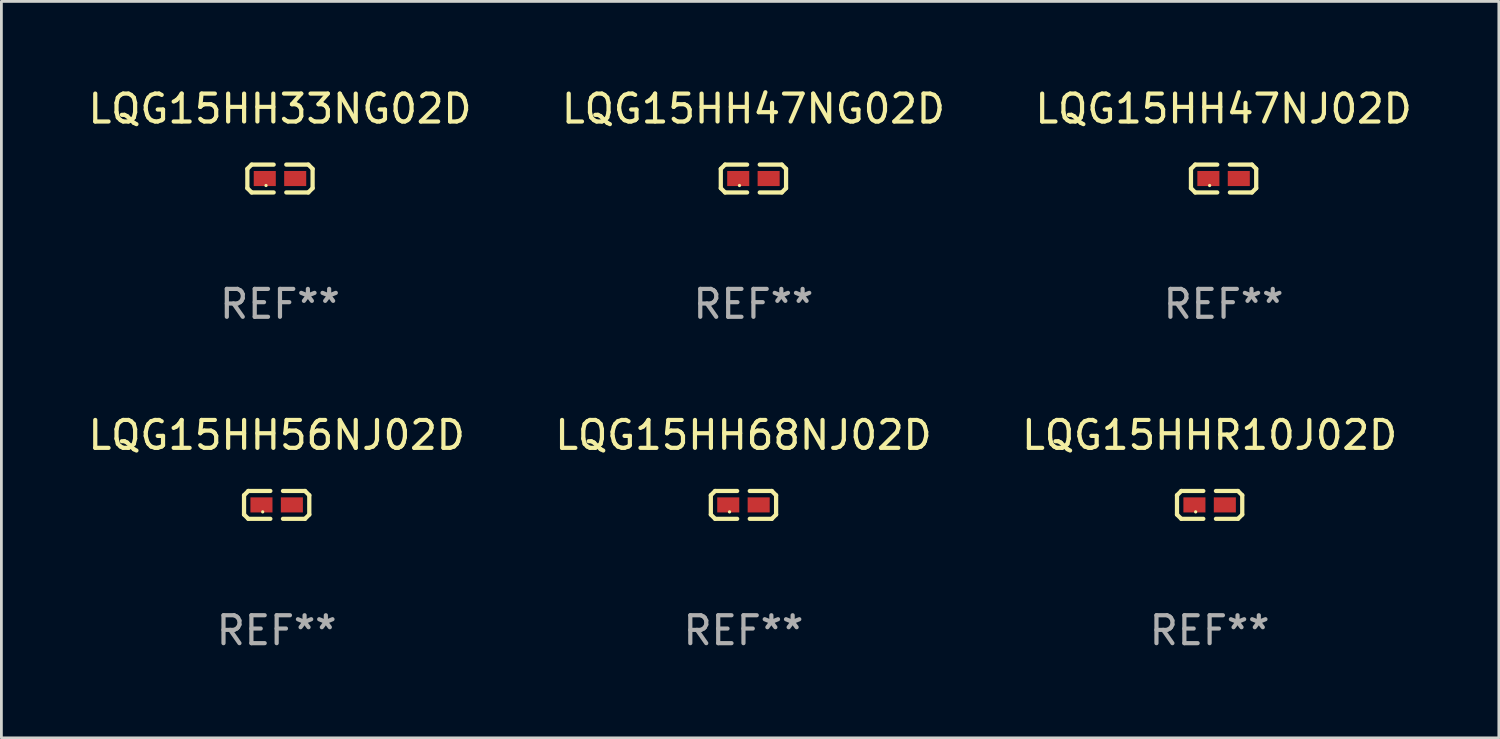
<source format=kicad_pcb>
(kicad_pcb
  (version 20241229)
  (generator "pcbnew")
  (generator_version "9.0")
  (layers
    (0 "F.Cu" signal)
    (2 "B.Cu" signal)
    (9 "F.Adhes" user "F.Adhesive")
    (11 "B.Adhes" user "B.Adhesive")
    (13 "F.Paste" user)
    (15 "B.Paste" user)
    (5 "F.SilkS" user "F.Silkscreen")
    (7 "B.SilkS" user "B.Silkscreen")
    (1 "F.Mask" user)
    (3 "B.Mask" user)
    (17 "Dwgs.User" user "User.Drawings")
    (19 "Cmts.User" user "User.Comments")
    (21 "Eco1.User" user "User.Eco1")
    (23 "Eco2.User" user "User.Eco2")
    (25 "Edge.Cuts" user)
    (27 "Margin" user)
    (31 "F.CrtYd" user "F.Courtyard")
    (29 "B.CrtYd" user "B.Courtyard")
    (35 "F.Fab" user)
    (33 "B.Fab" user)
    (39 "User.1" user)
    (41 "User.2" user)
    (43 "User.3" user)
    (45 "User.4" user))
  (footprint "LQG15HH47NG02D"
    (layer "F.Cu")
    (at 23.946 3.347)
    (property "Reference" "LQG15HH47NG02D" (at 0 -2.499 0) (layer "F.SilkS") (effects (font (size 1 1) (thickness 0.15))))
    (attr through_hole)
    (fp_line (start -1.169 -0.346) (end -1.016 -0.499) (stroke (width 0.152) (type solid)) (layer "F.SilkS"))
    (fp_line (start -1.169 0.346) (end -1.169 -0.346) (stroke (width 0.152) (type solid)) (layer "F.SilkS"))
    (fp_line (start -1.016 -0.499) (end -0.226 -0.499) (stroke (width 0.152) (type solid)) (layer "F.SilkS"))
    (fp_line (start -1.016 0.499) (end -1.169 0.346) (stroke (width 0.152) (type solid)) (layer "F.SilkS"))
    (fp_line (start -0.226 0.499) (end -1.016 0.499) (stroke (width 0.152) (type solid)) (layer "F.SilkS"))
    (fp_line (start 0.226 0.499) (end 1.016 0.499) (stroke (width 0.152) (type solid)) (layer "F.SilkS"))
    (fp_line (start 1.016 -0.499) (end 0.226 -0.499) (stroke (width 0.152) (type solid)) (layer "F.SilkS"))
    (fp_line (start 1.016 0.499) (end 1.169 0.346) (stroke (width 0.152) (type solid)) (layer "F.SilkS"))
    (fp_line (start 1.169 -0.346) (end 1.016 -0.499) (stroke (width 0.152) (type solid)) (layer "F.SilkS"))
    (fp_line (start 1.169 0.346) (end 1.169 -0.346) (stroke (width 0.152) (type solid)) (layer "F.SilkS"))
    (fp_circle (center -0.5 0.25) (end -0.47 0.25) (stroke (width 0.06) (type solid)) (fill no) (layer "F.SilkS"))
    (fp_text user "REF**" (at 0 4.499 0) (layer "F.Fab") (effects (font (size 1 1) (thickness 0.15))))
    (pad "1" smd rect (at -0.545 0) (size 0.79 0.54) (layers "F.Cu" "F.Mask" "F.Paste"))
    (pad "2" smd rect (at 0.545 0) (size 0.79 0.54) (layers "F.Cu" "F.Mask" "F.Paste")))
  (footprint "LQG15HH33NG02D"
    (layer "F.Cu")
    (at 6.982 3.347)
    (property "Reference" "LQG15HH33NG02D" (at 0 -2.499 0) (layer "F.SilkS") (effects (font (size 1 1) (thickness 0.15))))
    (attr through_hole)
    (fp_line (start -1.169 -0.346) (end -1.016 -0.499) (stroke (width 0.152) (type solid)) (layer "F.SilkS"))
    (fp_line (start -1.169 0.346) (end -1.169 -0.346) (stroke (width 0.152) (type solid)) (layer "F.SilkS"))
    (fp_line (start -1.016 -0.499) (end -0.226 -0.499) (stroke (width 0.152) (type solid)) (layer "F.SilkS"))
    (fp_line (start -1.016 0.499) (end -1.169 0.346) (stroke (width 0.152) (type solid)) (layer "F.SilkS"))
    (fp_line (start -0.226 0.499) (end -1.016 0.499) (stroke (width 0.152) (type solid)) (layer "F.SilkS"))
    (fp_line (start 0.226 0.499) (end 1.016 0.499) (stroke (width 0.152) (type solid)) (layer "F.SilkS"))
    (fp_line (start 1.016 -0.499) (end 0.226 -0.499) (stroke (width 0.152) (type solid)) (layer "F.SilkS"))
    (fp_line (start 1.016 0.499) (end 1.169 0.346) (stroke (width 0.152) (type solid)) (layer "F.SilkS"))
    (fp_line (start 1.169 -0.346) (end 1.016 -0.499) (stroke (width 0.152) (type solid)) (layer "F.SilkS"))
    (fp_line (start 1.169 0.346) (end 1.169 -0.346) (stroke (width 0.152) (type solid)) (layer "F.SilkS"))
    (fp_circle (center -0.5 0.25) (end -0.47 0.25) (stroke (width 0.06) (type solid)) (fill no) (layer "F.SilkS"))
    (fp_text user "REF**" (at 0 4.499 0) (layer "F.Fab") (effects (font (size 1 1) (thickness 0.15))))
    (pad "1" smd rect (at -0.545 0) (size 0.79 0.54) (layers "F.Cu" "F.Mask" "F.Paste"))
    (pad "2" smd rect (at 0.545 0) (size 0.79 0.54) (layers "F.Cu" "F.Mask" "F.Paste")))
  (footprint "LQG15HHR10J02D"
    (layer "F.Cu")
    (at 40.292 15.041)
    (property "Reference" "LQG15HHR10J02D" (at 0 -2.499 0) (layer "F.SilkS") (effects (font (size 1 1) (thickness 0.15))))
    (attr through_hole)
    (fp_line (start -1.169 -0.346) (end -1.016 -0.499) (stroke (width 0.152) (type solid)) (layer "F.SilkS"))
    (fp_line (start -1.169 0.346) (end -1.169 -0.346) (stroke (width 0.152) (type solid)) (layer "F.SilkS"))
    (fp_line (start -1.016 -0.499) (end -0.226 -0.499) (stroke (width 0.152) (type solid)) (layer "F.SilkS"))
    (fp_line (start -1.016 0.499) (end -1.169 0.346) (stroke (width 0.152) (type solid)) (layer "F.SilkS"))
    (fp_line (start -0.226 0.499) (end -1.016 0.499) (stroke (width 0.152) (type solid)) (layer "F.SilkS"))
    (fp_line (start 0.226 0.499) (end 1.016 0.499) (stroke (width 0.152) (type solid)) (layer "F.SilkS"))
    (fp_line (start 1.016 -0.499) (end 0.226 -0.499) (stroke (width 0.152) (type solid)) (layer "F.SilkS"))
    (fp_line (start 1.016 0.499) (end 1.169 0.346) (stroke (width 0.152) (type solid)) (layer "F.SilkS"))
    (fp_line (start 1.169 -0.346) (end 1.016 -0.499) (stroke (width 0.152) (type solid)) (layer "F.SilkS"))
    (fp_line (start 1.169 0.346) (end 1.169 -0.346) (stroke (width 0.152) (type solid)) (layer "F.SilkS"))
    (fp_circle (center -0.5 0.25) (end -0.47 0.25) (stroke (width 0.06) (type solid)) (fill no) (layer "F.SilkS"))
    (fp_text user "REF**" (at 0 4.499 0) (layer "F.Fab") (effects (font (size 1 1) (thickness 0.15))))
    (pad "1" smd rect (at -0.545 0) (size 0.79 0.54) (layers "F.Cu" "F.Mask" "F.Paste"))
    (pad "2" smd rect (at 0.545 0) (size 0.79 0.54) (layers "F.Cu" "F.Mask" "F.Paste")))
  (footprint "LQG15HH56NJ02D"
    (layer "F.Cu")
    (at 6.863 15.041)
    (property "Reference" "LQG15HH56NJ02D" (at 0 -2.499 0) (layer "F.SilkS") (effects (font (size 1 1) (thickness 0.15))))
    (attr through_hole)
    (fp_line (start -1.169 -0.346) (end -1.016 -0.499) (stroke (width 0.152) (type solid)) (layer "F.SilkS"))
    (fp_line (start -1.169 0.346) (end -1.169 -0.346) (stroke (width 0.152) (type solid)) (layer "F.SilkS"))
    (fp_line (start -1.016 -0.499) (end -0.226 -0.499) (stroke (width 0.152) (type solid)) (layer "F.SilkS"))
    (fp_line (start -1.016 0.499) (end -1.169 0.346) (stroke (width 0.152) (type solid)) (layer "F.SilkS"))
    (fp_line (start -0.226 0.499) (end -1.016 0.499) (stroke (width 0.152) (type solid)) (layer "F.SilkS"))
    (fp_line (start 0.226 0.499) (end 1.016 0.499) (stroke (width 0.152) (type solid)) (layer "F.SilkS"))
    (fp_line (start 1.016 -0.499) (end 0.226 -0.499) (stroke (width 0.152) (type solid)) (layer "F.SilkS"))
    (fp_line (start 1.016 0.499) (end 1.169 0.346) (stroke (width 0.152) (type solid)) (layer "F.SilkS"))
    (fp_line (start 1.169 -0.346) (end 1.016 -0.499) (stroke (width 0.152) (type solid)) (layer "F.SilkS"))
    (fp_line (start 1.169 0.346) (end 1.169 -0.346) (stroke (width 0.152) (type solid)) (layer "F.SilkS"))
    (fp_circle (center -0.5 0.25) (end -0.47 0.25) (stroke (width 0.06) (type solid)) (fill no) (layer "F.SilkS"))
    (fp_text user "REF**" (at 0 4.499 0) (layer "F.Fab") (effects (font (size 1 1) (thickness 0.15))))
    (pad "1" smd rect (at -0.545 0) (size 0.79 0.54) (layers "F.Cu" "F.Mask" "F.Paste"))
    (pad "2" smd rect (at 0.545 0) (size 0.79 0.54) (layers "F.Cu" "F.Mask" "F.Paste")))
  (footprint "LQG15HH68NJ02D"
    (layer "F.Cu")
    (at 23.589 15.041)
    (property "Reference" "LQG15HH68NJ02D" (at 0 -2.499 0) (layer "F.SilkS") (effects (font (size 1 1) (thickness 0.15))))
    (attr through_hole)
    (fp_line (start -1.169 -0.346) (end -1.016 -0.499) (stroke (width 0.152) (type solid)) (layer "F.SilkS"))
    (fp_line (start -1.169 0.346) (end -1.169 -0.346) (stroke (width 0.152) (type solid)) (layer "F.SilkS"))
    (fp_line (start -1.016 -0.499) (end -0.226 -0.499) (stroke (width 0.152) (type solid)) (layer "F.SilkS"))
    (fp_line (start -1.016 0.499) (end -1.169 0.346) (stroke (width 0.152) (type solid)) (layer "F.SilkS"))
    (fp_line (start -0.226 0.499) (end -1.016 0.499) (stroke (width 0.152) (type solid)) (layer "F.SilkS"))
    (fp_line (start 0.226 0.499) (end 1.016 0.499) (stroke (width 0.152) (type solid)) (layer "F.SilkS"))
    (fp_line (start 1.016 -0.499) (end 0.226 -0.499) (stroke (width 0.152) (type solid)) (layer "F.SilkS"))
    (fp_line (start 1.016 0.499) (end 1.169 0.346) (stroke (width 0.152) (type solid)) (layer "F.SilkS"))
    (fp_line (start 1.169 -0.346) (end 1.016 -0.499) (stroke (width 0.152) (type solid)) (layer "F.SilkS"))
    (fp_line (start 1.169 0.346) (end 1.169 -0.346) (stroke (width 0.152) (type solid)) (layer "F.SilkS"))
    (fp_circle (center -0.5 0.25) (end -0.47 0.25) (stroke (width 0.06) (type solid)) (fill no) (layer "F.SilkS"))
    (fp_text user "REF**" (at 0 4.499 0) (layer "F.Fab") (effects (font (size 1 1) (thickness 0.15))))
    (pad "1" smd rect (at -0.545 0) (size 0.79 0.54) (layers "F.Cu" "F.Mask" "F.Paste"))
    (pad "2" smd rect (at 0.545 0) (size 0.79 0.54) (layers "F.Cu" "F.Mask" "F.Paste")))
  (footprint "LQG15HH47NJ02D"
    (layer "F.Cu")
    (at 40.792 3.347)
    (property "Reference" "LQG15HH47NJ02D" (at 0 -2.499 0) (layer "F.SilkS") (effects (font (size 1 1) (thickness 0.15))))
    (attr through_hole)
    (fp_line (start -1.169 -0.346) (end -1.016 -0.499) (stroke (width 0.152) (type solid)) (layer "F.SilkS"))
    (fp_line (start -1.169 0.346) (end -1.169 -0.346) (stroke (width 0.152) (type solid)) (layer "F.SilkS"))
    (fp_line (start -1.016 -0.499) (end -0.226 -0.499) (stroke (width 0.152) (type solid)) (layer "F.SilkS"))
    (fp_line (start -1.016 0.499) (end -1.169 0.346) (stroke (width 0.152) (type solid)) (layer "F.SilkS"))
    (fp_line (start -0.226 0.499) (end -1.016 0.499) (stroke (width 0.152) (type solid)) (layer "F.SilkS"))
    (fp_line (start 0.226 0.499) (end 1.016 0.499) (stroke (width 0.152) (type solid)) (layer "F.SilkS"))
    (fp_line (start 1.016 -0.499) (end 0.226 -0.499) (stroke (width 0.152) (type solid)) (layer "F.SilkS"))
    (fp_line (start 1.016 0.499) (end 1.169 0.346) (stroke (width 0.152) (type solid)) (layer "F.SilkS"))
    (fp_line (start 1.169 -0.346) (end 1.016 -0.499) (stroke (width 0.152) (type solid)) (layer "F.SilkS"))
    (fp_line (start 1.169 0.346) (end 1.169 -0.346) (stroke (width 0.152) (type solid)) (layer "F.SilkS"))
    (fp_circle (center -0.5 0.25) (end -0.47 0.25) (stroke (width 0.06) (type solid)) (fill no) (layer "F.SilkS"))
    (fp_text user "REF**" (at 0 4.499 0) (layer "F.Fab") (effects (font (size 1 1) (thickness 0.15))))
    (pad "1" smd rect (at -0.545 0) (size 0.79 0.54) (layers "F.Cu" "F.Mask" "F.Paste"))
    (pad "2" smd rect (at 0.545 0) (size 0.79 0.54) (layers "F.Cu" "F.Mask" "F.Paste")))
  (gr_rect
    (start -3 -3)
    (end 50.655 23.387)
    (stroke (width 0.1) (type default))
    (fill no)
    (layer "Edge.Cuts")))
</source>
